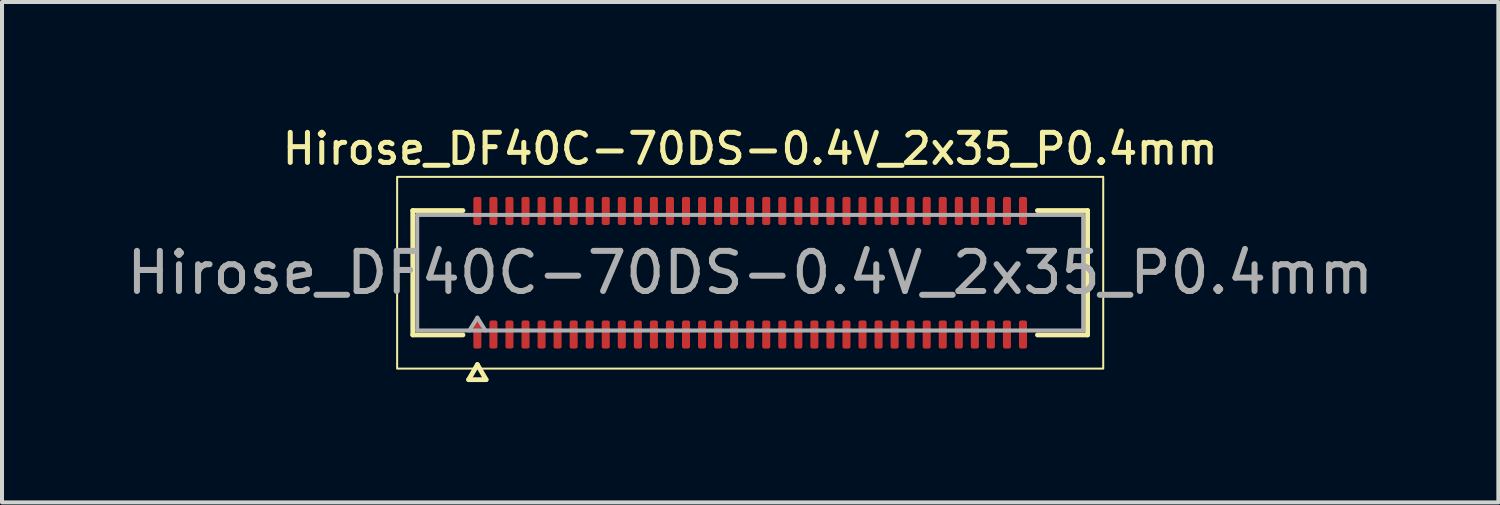
<source format=kicad_pcb>
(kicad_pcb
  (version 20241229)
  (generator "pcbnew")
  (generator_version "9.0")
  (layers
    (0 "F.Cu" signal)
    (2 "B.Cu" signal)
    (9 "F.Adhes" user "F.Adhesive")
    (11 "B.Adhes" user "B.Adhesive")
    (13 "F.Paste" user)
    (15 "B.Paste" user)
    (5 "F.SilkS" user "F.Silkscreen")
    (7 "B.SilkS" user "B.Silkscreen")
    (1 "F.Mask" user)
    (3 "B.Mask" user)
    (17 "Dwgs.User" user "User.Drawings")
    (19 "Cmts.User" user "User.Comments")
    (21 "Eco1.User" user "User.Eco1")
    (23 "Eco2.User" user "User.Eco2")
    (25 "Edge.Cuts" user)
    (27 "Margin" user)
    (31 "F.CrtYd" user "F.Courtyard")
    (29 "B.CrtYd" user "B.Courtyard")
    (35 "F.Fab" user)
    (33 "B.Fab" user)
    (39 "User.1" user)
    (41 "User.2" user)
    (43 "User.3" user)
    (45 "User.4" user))
  (footprint "Hirose_DF40C-70DS-0.4V_2x35_P0.4mm"
    (layer "F.Cu")
    (at 15.649 3.748)
    (property "Reference" "Hirose_DF40C-70DS-0.4V_2x35_P0.4mm" (at 0 -3.09 0) (layer "F.SilkS") (effects (font (size 0.75 0.75) (thickness 0.125))))
    (attr smd)
    (fp_line (start -8.41 -1.55) (end -7.16 -1.55) (stroke (width 0.12) (type solid)) (layer "F.SilkS"))
    (fp_line (start -8.41 1.55) (end -8.41 -1.55) (stroke (width 0.12) (type solid)) (layer "F.SilkS"))
    (fp_line (start -7.16 1.55) (end -8.41 1.55) (stroke (width 0.12) (type solid)) (layer "F.SilkS"))
    (fp_line (start -7.017 2.665) (end -6.8 2.29) (stroke (width 0.12) (type solid)) (layer "F.SilkS"))
    (fp_line (start -6.8 2.29) (end -6.583 2.665) (stroke (width 0.12) (type solid)) (layer "F.SilkS"))
    (fp_line (start -6.583 2.665) (end -7.017 2.665) (stroke (width 0.12) (type solid)) (layer "F.SilkS"))
    (fp_line (start 7.16 -1.55) (end 8.41 -1.55) (stroke (width 0.12) (type solid)) (layer "F.SilkS"))
    (fp_line (start 8.41 -1.55) (end 8.41 1.55) (stroke (width 0.12) (type solid)) (layer "F.SilkS"))
    (fp_line (start 8.41 1.55) (end 7.16 1.55) (stroke (width 0.12) (type solid)) (layer "F.SilkS"))
    (fp_rect (start -8.8 -2.39) (end 8.8 2.39) (stroke (width 0.05) (type solid)) (fill no) (layer "F.SilkS"))
    (fp_line (start -8.3 -1.44) (end 8.3 -1.44) (stroke (width 0.1) (type solid)) (layer "F.Fab"))
    (fp_line (start -8.3 1.44) (end -8.3 -1.44) (stroke (width 0.1) (type solid)) (layer "F.Fab"))
    (fp_line (start -7 1.44) (end -6.8 1.12) (stroke (width 0.1) (type solid)) (layer "F.Fab"))
    (fp_line (start -6.8 1.12) (end -6.6 1.44) (stroke (width 0.1) (type solid)) (layer "F.Fab"))
    (fp_line (start 8.3 -1.44) (end 8.3 1.44) (stroke (width 0.1) (type solid)) (layer "F.Fab"))
    (fp_line (start 8.3 1.44) (end -8.3 1.44) (stroke (width 0.1) (type solid)) (layer "F.Fab"))
    (fp_text user "${REFERENCE}" (at 0 0 0) (layer "F.Fab") (effects (font (size 1 1) (thickness 0.15))))
    (pad "1" smd roundrect (at -6.8 1.54) (size 0.2 0.7) (layers "F.Cu" "F.Mask" "F.Paste") (roundrect_rratio 0.25))
    (pad "2" smd roundrect (at -6.8 -1.54) (size 0.2 0.7) (layers "F.Cu" "F.Mask" "F.Paste") (roundrect_rratio 0.25))
    (pad "3" smd roundrect (at -6.4 1.54) (size 0.2 0.7) (layers "F.Cu" "F.Mask" "F.Paste") (roundrect_rratio 0.25))
    (pad "4" smd roundrect (at -6.4 -1.54) (size 0.2 0.7) (layers "F.Cu" "F.Mask" "F.Paste") (roundrect_rratio 0.25))
    (pad "5" smd roundrect (at -6 1.54) (size 0.2 0.7) (layers "F.Cu" "F.Mask" "F.Paste") (roundrect_rratio 0.25))
    (pad "6" smd roundrect (at -6 -1.54) (size 0.2 0.7) (layers "F.Cu" "F.Mask" "F.Paste") (roundrect_rratio 0.25))
    (pad "7" smd roundrect (at -5.6 1.54) (size 0.2 0.7) (layers "F.Cu" "F.Mask" "F.Paste") (roundrect_rratio 0.25))
    (pad "8" smd roundrect (at -5.6 -1.54) (size 0.2 0.7) (layers "F.Cu" "F.Mask" "F.Paste") (roundrect_rratio 0.25))
    (pad "9" smd roundrect (at -5.2 1.54) (size 0.2 0.7) (layers "F.Cu" "F.Mask" "F.Paste") (roundrect_rratio 0.25))
    (pad "10" smd roundrect (at -5.2 -1.54) (size 0.2 0.7) (layers "F.Cu" "F.Mask" "F.Paste") (roundrect_rratio 0.25))
    (pad "11" smd roundrect (at -4.8 1.54) (size 0.2 0.7) (layers "F.Cu" "F.Mask" "F.Paste") (roundrect_rratio 0.25))
    (pad "12" smd roundrect (at -4.8 -1.54) (size 0.2 0.7) (layers "F.Cu" "F.Mask" "F.Paste") (roundrect_rratio 0.25))
    (pad "13" smd roundrect (at -4.4 1.54) (size 0.2 0.7) (layers "F.Cu" "F.Mask" "F.Paste") (roundrect_rratio 0.25))
    (pad "14" smd roundrect (at -4.4 -1.54) (size 0.2 0.7) (layers "F.Cu" "F.Mask" "F.Paste") (roundrect_rratio 0.25))
    (pad "15" smd roundrect (at -4 1.54) (size 0.2 0.7) (layers "F.Cu" "F.Mask" "F.Paste") (roundrect_rratio 0.25))
    (pad "16" smd roundrect (at -4 -1.54) (size 0.2 0.7) (layers "F.Cu" "F.Mask" "F.Paste") (roundrect_rratio 0.25))
    (pad "17" smd roundrect (at -3.6 1.54) (size 0.2 0.7) (layers "F.Cu" "F.Mask" "F.Paste") (roundrect_rratio 0.25))
    (pad "18" smd roundrect (at -3.6 -1.54) (size 0.2 0.7) (layers "F.Cu" "F.Mask" "F.Paste") (roundrect_rratio 0.25))
    (pad "19" smd roundrect (at -3.2 1.54) (size 0.2 0.7) (layers "F.Cu" "F.Mask" "F.Paste") (roundrect_rratio 0.25))
    (pad "20" smd roundrect (at -3.2 -1.54) (size 0.2 0.7) (layers "F.Cu" "F.Mask" "F.Paste") (roundrect_rratio 0.25))
    (pad "21" smd roundrect (at -2.8 1.54) (size 0.2 0.7) (layers "F.Cu" "F.Mask" "F.Paste") (roundrect_rratio 0.25))
    (pad "22" smd roundrect (at -2.8 -1.54) (size 0.2 0.7) (layers "F.Cu" "F.Mask" "F.Paste") (roundrect_rratio 0.25))
    (pad "23" smd roundrect (at -2.4 1.54) (size 0.2 0.7) (layers "F.Cu" "F.Mask" "F.Paste") (roundrect_rratio 0.25))
    (pad "24" smd roundrect (at -2.4 -1.54) (size 0.2 0.7) (layers "F.Cu" "F.Mask" "F.Paste") (roundrect_rratio 0.25))
    (pad "25" smd roundrect (at -2 1.54) (size 0.2 0.7) (layers "F.Cu" "F.Mask" "F.Paste") (roundrect_rratio 0.25))
    (pad "26" smd roundrect (at -2 -1.54) (size 0.2 0.7) (layers "F.Cu" "F.Mask" "F.Paste") (roundrect_rratio 0.25))
    (pad "27" smd roundrect (at -1.6 1.54) (size 0.2 0.7) (layers "F.Cu" "F.Mask" "F.Paste") (roundrect_rratio 0.25))
    (pad "28" smd roundrect (at -1.6 -1.54) (size 0.2 0.7) (layers "F.Cu" "F.Mask" "F.Paste") (roundrect_rratio 0.25))
    (pad "29" smd roundrect (at -1.2 1.54) (size 0.2 0.7) (layers "F.Cu" "F.Mask" "F.Paste") (roundrect_rratio 0.25))
    (pad "30" smd roundrect (at -1.2 -1.54) (size 0.2 0.7) (layers "F.Cu" "F.Mask" "F.Paste") (roundrect_rratio 0.25))
    (pad "31" smd roundrect (at -0.8 1.54) (size 0.2 0.7) (layers "F.Cu" "F.Mask" "F.Paste") (roundrect_rratio 0.25))
    (pad "32" smd roundrect (at -0.8 -1.54) (size 0.2 0.7) (layers "F.Cu" "F.Mask" "F.Paste") (roundrect_rratio 0.25))
    (pad "33" smd roundrect (at -0.4 1.54) (size 0.2 0.7) (layers "F.Cu" "F.Mask" "F.Paste") (roundrect_rratio 0.25))
    (pad "34" smd roundrect (at -0.4 -1.54) (size 0.2 0.7) (layers "F.Cu" "F.Mask" "F.Paste") (roundrect_rratio 0.25))
    (pad "35" smd roundrect (at 0 1.54) (size 0.2 0.7) (layers "F.Cu" "F.Mask" "F.Paste") (roundrect_rratio 0.25))
    (pad "36" smd roundrect (at 0 -1.54) (size 0.2 0.7) (layers "F.Cu" "F.Mask" "F.Paste") (roundrect_rratio 0.25))
    (pad "37" smd roundrect (at 0.4 1.54) (size 0.2 0.7) (layers "F.Cu" "F.Mask" "F.Paste") (roundrect_rratio 0.25))
    (pad "38" smd roundrect (at 0.4 -1.54) (size 0.2 0.7) (layers "F.Cu" "F.Mask" "F.Paste") (roundrect_rratio 0.25))
    (pad "39" smd roundrect (at 0.8 1.54) (size 0.2 0.7) (layers "F.Cu" "F.Mask" "F.Paste") (roundrect_rratio 0.25))
    (pad "40" smd roundrect (at 0.8 -1.54) (size 0.2 0.7) (layers "F.Cu" "F.Mask" "F.Paste") (roundrect_rratio 0.25))
    (pad "41" smd roundrect (at 1.2 1.54) (size 0.2 0.7) (layers "F.Cu" "F.Mask" "F.Paste") (roundrect_rratio 0.25))
    (pad "42" smd roundrect (at 1.2 -1.54) (size 0.2 0.7) (layers "F.Cu" "F.Mask" "F.Paste") (roundrect_rratio 0.25))
    (pad "43" smd roundrect (at 1.6 1.54) (size 0.2 0.7) (layers "F.Cu" "F.Mask" "F.Paste") (roundrect_rratio 0.25))
    (pad "44" smd roundrect (at 1.6 -1.54) (size 0.2 0.7) (layers "F.Cu" "F.Mask" "F.Paste") (roundrect_rratio 0.25))
    (pad "45" smd roundrect (at 2 1.54) (size 0.2 0.7) (layers "F.Cu" "F.Mask" "F.Paste") (roundrect_rratio 0.25))
    (pad "46" smd roundrect (at 2 -1.54) (size 0.2 0.7) (layers "F.Cu" "F.Mask" "F.Paste") (roundrect_rratio 0.25))
    (pad "47" smd roundrect (at 2.4 1.54) (size 0.2 0.7) (layers "F.Cu" "F.Mask" "F.Paste") (roundrect_rratio 0.25))
    (pad "48" smd roundrect (at 2.4 -1.54) (size 0.2 0.7) (layers "F.Cu" "F.Mask" "F.Paste") (roundrect_rratio 0.25))
    (pad "49" smd roundrect (at 2.8 1.54) (size 0.2 0.7) (layers "F.Cu" "F.Mask" "F.Paste") (roundrect_rratio 0.25))
    (pad "50" smd roundrect (at 2.8 -1.54) (size 0.2 0.7) (layers "F.Cu" "F.Mask" "F.Paste") (roundrect_rratio 0.25))
    (pad "51" smd roundrect (at 3.2 1.54) (size 0.2 0.7) (layers "F.Cu" "F.Mask" "F.Paste") (roundrect_rratio 0.25))
    (pad "52" smd roundrect (at 3.2 -1.54) (size 0.2 0.7) (layers "F.Cu" "F.Mask" "F.Paste") (roundrect_rratio 0.25))
    (pad "53" smd roundrect (at 3.6 1.54) (size 0.2 0.7) (layers "F.Cu" "F.Mask" "F.Paste") (roundrect_rratio 0.25))
    (pad "54" smd roundrect (at 3.6 -1.54) (size 0.2 0.7) (layers "F.Cu" "F.Mask" "F.Paste") (roundrect_rratio 0.25))
    (pad "55" smd roundrect (at 4 1.54) (size 0.2 0.7) (layers "F.Cu" "F.Mask" "F.Paste") (roundrect_rratio 0.25))
    (pad "56" smd roundrect (at 4 -1.54) (size 0.2 0.7) (layers "F.Cu" "F.Mask" "F.Paste") (roundrect_rratio 0.25))
    (pad "57" smd roundrect (at 4.4 1.54) (size 0.2 0.7) (layers "F.Cu" "F.Mask" "F.Paste") (roundrect_rratio 0.25))
    (pad "58" smd roundrect (at 4.4 -1.54) (size 0.2 0.7) (layers "F.Cu" "F.Mask" "F.Paste") (roundrect_rratio 0.25))
    (pad "59" smd roundrect (at 4.8 1.54) (size 0.2 0.7) (layers "F.Cu" "F.Mask" "F.Paste") (roundrect_rratio 0.25))
    (pad "60" smd roundrect (at 4.8 -1.54) (size 0.2 0.7) (layers "F.Cu" "F.Mask" "F.Paste") (roundrect_rratio 0.25))
    (pad "61" smd roundrect (at 5.2 1.54) (size 0.2 0.7) (layers "F.Cu" "F.Mask" "F.Paste") (roundrect_rratio 0.25))
    (pad "62" smd roundrect (at 5.2 -1.54) (size 0.2 0.7) (layers "F.Cu" "F.Mask" "F.Paste") (roundrect_rratio 0.25))
    (pad "63" smd roundrect (at 5.6 1.54) (size 0.2 0.7) (layers "F.Cu" "F.Mask" "F.Paste") (roundrect_rratio 0.25))
    (pad "64" smd roundrect (at 5.6 -1.54) (size 0.2 0.7) (layers "F.Cu" "F.Mask" "F.Paste") (roundrect_rratio 0.25))
    (pad "65" smd roundrect (at 6 1.54) (size 0.2 0.7) (layers "F.Cu" "F.Mask" "F.Paste") (roundrect_rratio 0.25))
    (pad "66" smd roundrect (at 6 -1.54) (size 0.2 0.7) (layers "F.Cu" "F.Mask" "F.Paste") (roundrect_rratio 0.25))
    (pad "67" smd roundrect (at 6.4 1.54) (size 0.2 0.7) (layers "F.Cu" "F.Mask" "F.Paste") (roundrect_rratio 0.25))
    (pad "68" smd roundrect (at 6.4 -1.54) (size 0.2 0.7) (layers "F.Cu" "F.Mask" "F.Paste") (roundrect_rratio 0.25))
    (pad "69" smd roundrect (at 6.8 1.54) (size 0.2 0.7) (layers "F.Cu" "F.Mask" "F.Paste") (roundrect_rratio 0.25))
    (pad "70" smd roundrect (at 6.8 -1.54) (size 0.2 0.7) (layers "F.Cu" "F.Mask" "F.Paste") (roundrect_rratio 0.25)))
  (gr_rect
    (start -3 -3)
    (end 34.298 9.473)
    (stroke (width 0.1) (type default))
    (fill no)
    (layer "Edge.Cuts")))
</source>
